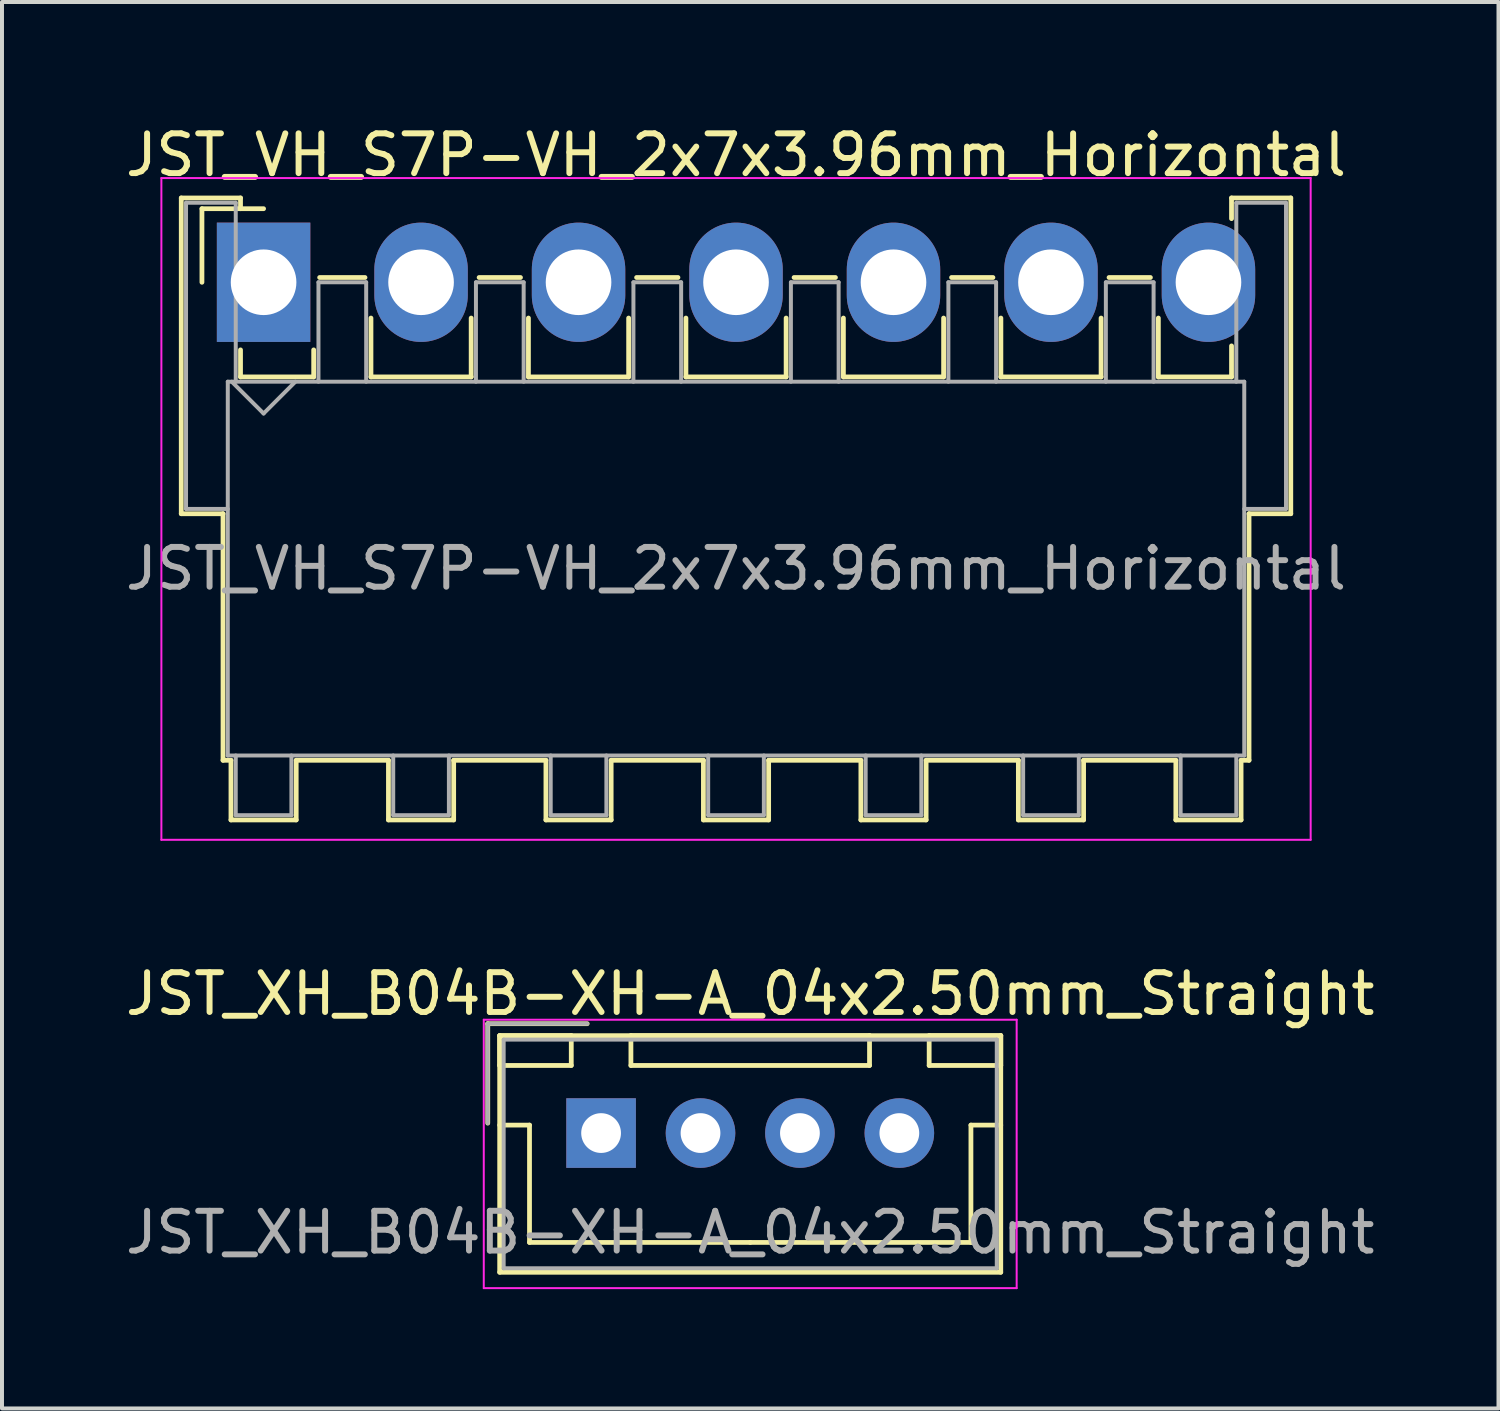
<source format=kicad_pcb>
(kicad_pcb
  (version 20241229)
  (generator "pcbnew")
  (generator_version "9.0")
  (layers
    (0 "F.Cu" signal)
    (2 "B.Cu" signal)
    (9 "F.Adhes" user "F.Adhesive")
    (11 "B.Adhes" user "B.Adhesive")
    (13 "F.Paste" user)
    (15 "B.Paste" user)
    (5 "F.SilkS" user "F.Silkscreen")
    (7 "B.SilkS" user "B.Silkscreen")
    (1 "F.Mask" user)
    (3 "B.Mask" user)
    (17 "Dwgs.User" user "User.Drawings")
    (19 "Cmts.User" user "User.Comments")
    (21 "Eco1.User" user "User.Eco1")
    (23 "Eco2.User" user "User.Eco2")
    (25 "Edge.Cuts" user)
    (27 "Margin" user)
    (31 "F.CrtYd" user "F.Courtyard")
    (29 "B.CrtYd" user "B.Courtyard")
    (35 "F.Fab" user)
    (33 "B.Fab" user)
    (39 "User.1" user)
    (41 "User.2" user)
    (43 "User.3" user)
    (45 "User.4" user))
  (footprint "JST_VH_S7P-VH_2x7x3.96mm_Horizontal"
    (layer "F.Cu")
    (at 3.578 4.048)
    (property "Reference" "JST_VH_S7P-VH_2x7x3.96mm_Horizontal" (at 11.88 -3.2 0) (layer "F.SilkS") (effects (font (size 1 1) (thickness 0.15))))
    (attr through_hole)
    (fp_line (start -2.07 -2.12) (end -0.58 -2.12) (stroke (width 0.12) (type solid)) (layer "F.SilkS"))
    (fp_line (start -2.07 5.82) (end -2.07 -2.12) (stroke (width 0.12) (type solid)) (layer "F.SilkS"))
    (fp_line (start -1.55 -1.85) (end -1.55 0) (stroke (width 0.12) (type solid)) (layer "F.SilkS"))
    (fp_line (start -1.02 5.82) (end -2.07 5.82) (stroke (width 0.12) (type solid)) (layer "F.SilkS"))
    (fp_line (start -1.02 5.82) (end -1.02 12.02) (stroke (width 0.12) (type solid)) (layer "F.SilkS"))
    (fp_line (start -1.02 12.02) (end -0.82 12.02) (stroke (width 0.12) (type solid)) (layer "F.SilkS"))
    (fp_line (start -0.82 12.02) (end -0.82 13.52) (stroke (width 0.12) (type solid)) (layer "F.SilkS"))
    (fp_line (start -0.82 13.52) (end 0.82 13.52) (stroke (width 0.12) (type solid)) (layer "F.SilkS"))
    (fp_line (start -0.58 -2.12) (end -0.58 -1.85) (stroke (width 0.12) (type solid)) (layer "F.SilkS"))
    (fp_line (start -0.58 1.7) (end -0.58 2.38) (stroke (width 0.12) (type solid)) (layer "F.SilkS"))
    (fp_line (start -0.58 2.38) (end 1.26 2.38) (stroke (width 0.12) (type solid)) (layer "F.SilkS"))
    (fp_line (start 0 -1.85) (end -1.55 -1.85) (stroke (width 0.12) (type solid)) (layer "F.SilkS"))
    (fp_line (start 0.82 12.02) (end 3.14 12.02) (stroke (width 0.12) (type solid)) (layer "F.SilkS"))
    (fp_line (start 0.82 13.52) (end 0.82 12.02) (stroke (width 0.12) (type solid)) (layer "F.SilkS"))
    (fp_line (start 1.26 2.38) (end 1.26 1.7) (stroke (width 0.12) (type solid)) (layer "F.SilkS"))
    (fp_line (start 1.41 -0.12) (end 2.55 -0.12) (stroke (width 0.12) (type solid)) (layer "F.SilkS"))
    (fp_line (start 2.7 0.9) (end 2.7 2.38) (stroke (width 0.12) (type solid)) (layer "F.SilkS"))
    (fp_line (start 2.7 2.38) (end 5.22 2.38) (stroke (width 0.12) (type solid)) (layer "F.SilkS"))
    (fp_line (start 3.14 12.02) (end 3.14 13.52) (stroke (width 0.12) (type solid)) (layer "F.SilkS"))
    (fp_line (start 3.14 13.52) (end 4.78 13.52) (stroke (width 0.12) (type solid)) (layer "F.SilkS"))
    (fp_line (start 4.78 12.02) (end 7.1 12.02) (stroke (width 0.12) (type solid)) (layer "F.SilkS"))
    (fp_line (start 4.78 13.52) (end 4.78 12.02) (stroke (width 0.12) (type solid)) (layer "F.SilkS"))
    (fp_line (start 5.22 2.38) (end 5.22 0.9) (stroke (width 0.12) (type solid)) (layer "F.SilkS"))
    (fp_line (start 5.42 -0.12) (end 6.46 -0.12) (stroke (width 0.12) (type solid)) (layer "F.SilkS"))
    (fp_line (start 6.66 0.9) (end 6.66 2.38) (stroke (width 0.12) (type solid)) (layer "F.SilkS"))
    (fp_line (start 6.66 2.38) (end 9.18 2.38) (stroke (width 0.12) (type solid)) (layer "F.SilkS"))
    (fp_line (start 7.1 12.02) (end 7.1 13.52) (stroke (width 0.12) (type solid)) (layer "F.SilkS"))
    (fp_line (start 7.1 13.52) (end 8.74 13.52) (stroke (width 0.12) (type solid)) (layer "F.SilkS"))
    (fp_line (start 8.74 12.02) (end 11.06 12.02) (stroke (width 0.12) (type solid)) (layer "F.SilkS"))
    (fp_line (start 8.74 13.52) (end 8.74 12.02) (stroke (width 0.12) (type solid)) (layer "F.SilkS"))
    (fp_line (start 9.18 2.38) (end 9.18 0.9) (stroke (width 0.12) (type solid)) (layer "F.SilkS"))
    (fp_line (start 9.38 -0.12) (end 10.42 -0.12) (stroke (width 0.12) (type solid)) (layer "F.SilkS"))
    (fp_line (start 10.62 0.9) (end 10.62 2.38) (stroke (width 0.12) (type solid)) (layer "F.SilkS"))
    (fp_line (start 10.62 2.38) (end 13.14 2.38) (stroke (width 0.12) (type solid)) (layer "F.SilkS"))
    (fp_line (start 11.06 12.02) (end 11.06 13.52) (stroke (width 0.12) (type solid)) (layer "F.SilkS"))
    (fp_line (start 11.06 13.52) (end 12.7 13.52) (stroke (width 0.12) (type solid)) (layer "F.SilkS"))
    (fp_line (start 12.7 12.02) (end 15.02 12.02) (stroke (width 0.12) (type solid)) (layer "F.SilkS"))
    (fp_line (start 12.7 13.52) (end 12.7 12.02) (stroke (width 0.12) (type solid)) (layer "F.SilkS"))
    (fp_line (start 13.14 2.38) (end 13.14 0.9) (stroke (width 0.12) (type solid)) (layer "F.SilkS"))
    (fp_line (start 13.34 -0.12) (end 14.38 -0.12) (stroke (width 0.12) (type solid)) (layer "F.SilkS"))
    (fp_line (start 14.58 0.9) (end 14.58 2.38) (stroke (width 0.12) (type solid)) (layer "F.SilkS"))
    (fp_line (start 14.58 2.38) (end 17.1 2.38) (stroke (width 0.12) (type solid)) (layer "F.SilkS"))
    (fp_line (start 15.02 12.02) (end 15.02 13.52) (stroke (width 0.12) (type solid)) (layer "F.SilkS"))
    (fp_line (start 15.02 13.52) (end 16.66 13.52) (stroke (width 0.12) (type solid)) (layer "F.SilkS"))
    (fp_line (start 16.66 12.02) (end 18.98 12.02) (stroke (width 0.12) (type solid)) (layer "F.SilkS"))
    (fp_line (start 16.66 13.52) (end 16.66 12.02) (stroke (width 0.12) (type solid)) (layer "F.SilkS"))
    (fp_line (start 17.1 2.38) (end 17.1 0.9) (stroke (width 0.12) (type solid)) (layer "F.SilkS"))
    (fp_line (start 17.3 -0.12) (end 18.34 -0.12) (stroke (width 0.12) (type solid)) (layer "F.SilkS"))
    (fp_line (start 18.54 0.9) (end 18.54 2.38) (stroke (width 0.12) (type solid)) (layer "F.SilkS"))
    (fp_line (start 18.54 2.38) (end 21.06 2.38) (stroke (width 0.12) (type solid)) (layer "F.SilkS"))
    (fp_line (start 18.98 12.02) (end 18.98 13.52) (stroke (width 0.12) (type solid)) (layer "F.SilkS"))
    (fp_line (start 18.98 13.52) (end 20.62 13.52) (stroke (width 0.12) (type solid)) (layer "F.SilkS"))
    (fp_line (start 20.62 12.02) (end 22.94 12.02) (stroke (width 0.12) (type solid)) (layer "F.SilkS"))
    (fp_line (start 20.62 13.52) (end 20.62 12.02) (stroke (width 0.12) (type solid)) (layer "F.SilkS"))
    (fp_line (start 21.06 2.38) (end 21.06 0.9) (stroke (width 0.12) (type solid)) (layer "F.SilkS"))
    (fp_line (start 21.26 -0.12) (end 22.3 -0.12) (stroke (width 0.12) (type solid)) (layer "F.SilkS"))
    (fp_line (start 22.5 0.9) (end 22.5 2.38) (stroke (width 0.12) (type solid)) (layer "F.SilkS"))
    (fp_line (start 22.5 2.38) (end 24.34 2.38) (stroke (width 0.12) (type solid)) (layer "F.SilkS"))
    (fp_line (start 22.94 12.02) (end 22.94 13.52) (stroke (width 0.12) (type solid)) (layer "F.SilkS"))
    (fp_line (start 22.94 13.52) (end 24.58 13.52) (stroke (width 0.12) (type solid)) (layer "F.SilkS"))
    (fp_line (start 24.34 -2.12) (end 25.83 -2.12) (stroke (width 0.12) (type solid)) (layer "F.SilkS"))
    (fp_line (start 24.34 -1.6) (end 24.34 -2.12) (stroke (width 0.12) (type solid)) (layer "F.SilkS"))
    (fp_line (start 24.34 2.38) (end 24.34 1.6) (stroke (width 0.12) (type solid)) (layer "F.SilkS"))
    (fp_line (start 24.58 12.02) (end 24.78 12.02) (stroke (width 0.12) (type solid)) (layer "F.SilkS"))
    (fp_line (start 24.58 13.52) (end 24.58 12.02) (stroke (width 0.12) (type solid)) (layer "F.SilkS"))
    (fp_line (start 24.78 12.02) (end 24.78 5.82) (stroke (width 0.12) (type solid)) (layer "F.SilkS"))
    (fp_line (start 25.83 -2.12) (end 25.83 5.82) (stroke (width 0.12) (type solid)) (layer "F.SilkS"))
    (fp_line (start 25.83 5.82) (end 24.78 5.82) (stroke (width 0.12) (type solid)) (layer "F.SilkS"))
    (fp_line (start -2.57 -2.62) (end -2.57 14.02) (stroke (width 0.05) (type solid)) (layer "F.CrtYd"))
    (fp_line (start -2.57 14.02) (end 26.33 14.02) (stroke (width 0.05) (type solid)) (layer "F.CrtYd"))
    (fp_line (start 26.33 -2.62) (end -2.57 -2.62) (stroke (width 0.05) (type solid)) (layer "F.CrtYd"))
    (fp_line (start 26.33 14.02) (end 26.33 -2.62) (stroke (width 0.05) (type solid)) (layer "F.CrtYd"))
    (fp_line (start -1.95 -2) (end -0.7 -2) (stroke (width 0.1) (type solid)) (layer "F.Fab"))
    (fp_line (start -1.95 5.7) (end -1.95 -2) (stroke (width 0.1) (type solid)) (layer "F.Fab"))
    (fp_line (start -0.9 2.5) (end -0.9 11.9) (stroke (width 0.1) (type solid)) (layer "F.Fab"))
    (fp_line (start -0.9 5.7) (end -1.95 5.7) (stroke (width 0.1) (type solid)) (layer "F.Fab"))
    (fp_line (start -0.9 11.9) (end 24.66 11.9) (stroke (width 0.1) (type solid)) (layer "F.Fab"))
    (fp_line (start -0.8 2.5) (end 0 3.3) (stroke (width 0.1) (type solid)) (layer "F.Fab"))
    (fp_line (start -0.7 -2) (end -0.7 2.5) (stroke (width 0.1) (type solid)) (layer "F.Fab"))
    (fp_line (start -0.7 11.9) (end -0.7 13.4) (stroke (width 0.1) (type solid)) (layer "F.Fab"))
    (fp_line (start -0.7 13.4) (end 0.7 13.4) (stroke (width 0.1) (type solid)) (layer "F.Fab"))
    (fp_line (start 0 3.3) (end 0.8 2.5) (stroke (width 0.1) (type solid)) (layer "F.Fab"))
    (fp_line (start 0.7 13.4) (end 0.7 11.9) (stroke (width 0.1) (type solid)) (layer "F.Fab"))
    (fp_line (start 1.38 0) (end 2.58 0) (stroke (width 0.1) (type solid)) (layer "F.Fab"))
    (fp_line (start 1.38 2.5) (end 1.38 0) (stroke (width 0.1) (type solid)) (layer "F.Fab"))
    (fp_line (start 2.58 0) (end 2.58 2.5) (stroke (width 0.1) (type solid)) (layer "F.Fab"))
    (fp_line (start 3.26 11.9) (end 3.26 13.4) (stroke (width 0.1) (type solid)) (layer "F.Fab"))
    (fp_line (start 3.26 13.4) (end 4.66 13.4) (stroke (width 0.1) (type solid)) (layer "F.Fab"))
    (fp_line (start 4.66 13.4) (end 4.66 11.9) (stroke (width 0.1) (type solid)) (layer "F.Fab"))
    (fp_line (start 5.34 0) (end 6.54 0) (stroke (width 0.1) (type solid)) (layer "F.Fab"))
    (fp_line (start 5.34 2.5) (end 5.34 0) (stroke (width 0.1) (type solid)) (layer "F.Fab"))
    (fp_line (start 6.54 0) (end 6.54 2.5) (stroke (width 0.1) (type solid)) (layer "F.Fab"))
    (fp_line (start 7.22 11.9) (end 7.22 13.4) (stroke (width 0.1) (type solid)) (layer "F.Fab"))
    (fp_line (start 7.22 13.4) (end 8.62 13.4) (stroke (width 0.1) (type solid)) (layer "F.Fab"))
    (fp_line (start 8.62 13.4) (end 8.62 11.9) (stroke (width 0.1) (type solid)) (layer "F.Fab"))
    (fp_line (start 9.3 0) (end 10.5 0) (stroke (width 0.1) (type solid)) (layer "F.Fab"))
    (fp_line (start 9.3 2.5) (end 9.3 0) (stroke (width 0.1) (type solid)) (layer "F.Fab"))
    (fp_line (start 10.5 0) (end 10.5 2.5) (stroke (width 0.1) (type solid)) (layer "F.Fab"))
    (fp_line (start 11.18 11.9) (end 11.18 13.4) (stroke (width 0.1) (type solid)) (layer "F.Fab"))
    (fp_line (start 11.18 13.4) (end 12.58 13.4) (stroke (width 0.1) (type solid)) (layer "F.Fab"))
    (fp_line (start 12.58 13.4) (end 12.58 11.9) (stroke (width 0.1) (type solid)) (layer "F.Fab"))
    (fp_line (start 13.26 0) (end 14.46 0) (stroke (width 0.1) (type solid)) (layer "F.Fab"))
    (fp_line (start 13.26 2.5) (end 13.26 0) (stroke (width 0.1) (type solid)) (layer "F.Fab"))
    (fp_line (start 14.46 0) (end 14.46 2.5) (stroke (width 0.1) (type solid)) (layer "F.Fab"))
    (fp_line (start 15.14 11.9) (end 15.14 13.4) (stroke (width 0.1) (type solid)) (layer "F.Fab"))
    (fp_line (start 15.14 13.4) (end 16.54 13.4) (stroke (width 0.1) (type solid)) (layer "F.Fab"))
    (fp_line (start 16.54 13.4) (end 16.54 11.9) (stroke (width 0.1) (type solid)) (layer "F.Fab"))
    (fp_line (start 17.22 0) (end 18.42 0) (stroke (width 0.1) (type solid)) (layer "F.Fab"))
    (fp_line (start 17.22 2.5) (end 17.22 0) (stroke (width 0.1) (type solid)) (layer "F.Fab"))
    (fp_line (start 18.42 0) (end 18.42 2.5) (stroke (width 0.1) (type solid)) (layer "F.Fab"))
    (fp_line (start 19.1 11.9) (end 19.1 13.4) (stroke (width 0.1) (type solid)) (layer "F.Fab"))
    (fp_line (start 19.1 13.4) (end 20.5 13.4) (stroke (width 0.1) (type solid)) (layer "F.Fab"))
    (fp_line (start 20.5 13.4) (end 20.5 11.9) (stroke (width 0.1) (type solid)) (layer "F.Fab"))
    (fp_line (start 21.18 0) (end 22.38 0) (stroke (width 0.1) (type solid)) (layer "F.Fab"))
    (fp_line (start 21.18 2.5) (end 21.18 0) (stroke (width 0.1) (type solid)) (layer "F.Fab"))
    (fp_line (start 22.38 0) (end 22.38 2.5) (stroke (width 0.1) (type solid)) (layer "F.Fab"))
    (fp_line (start 23.06 11.9) (end 23.06 13.4) (stroke (width 0.1) (type solid)) (layer "F.Fab"))
    (fp_line (start 23.06 13.4) (end 24.46 13.4) (stroke (width 0.1) (type solid)) (layer "F.Fab"))
    (fp_line (start 24.46 -2) (end 25.71 -2) (stroke (width 0.1) (type solid)) (layer "F.Fab"))
    (fp_line (start 24.46 2.5) (end 24.46 -2) (stroke (width 0.1) (type solid)) (layer "F.Fab"))
    (fp_line (start 24.46 13.4) (end 24.46 11.9) (stroke (width 0.1) (type solid)) (layer "F.Fab"))
    (fp_line (start 24.66 2.5) (end -0.9 2.5) (stroke (width 0.1) (type solid)) (layer "F.Fab"))
    (fp_line (start 24.66 11.9) (end 24.66 2.5) (stroke (width 0.1) (type solid)) (layer "F.Fab"))
    (fp_line (start 25.71 -2) (end 25.71 5.7) (stroke (width 0.1) (type solid)) (layer "F.Fab"))
    (fp_line (start 25.71 5.7) (end 24.66 5.7) (stroke (width 0.1) (type solid)) (layer "F.Fab"))
    (fp_text user "${REFERENCE}" (at 11.88 7.2 0) (layer "F.Fab") (effects (font (size 1 1) (thickness 0.15))))
    (pad "1" thru_hole rect (at 0 0) (size 2.35 3) (drill 1.65) (layers "*.Cu" "*.Mask"))
    (pad "2" thru_hole oval (at 3.96 0) (size 2.35 3) (drill 1.65) (layers "*.Cu" "*.Mask"))
    (pad "3" thru_hole oval (at 7.92 0) (size 2.35 3) (drill 1.65) (layers "*.Cu" "*.Mask"))
    (pad "4" thru_hole oval (at 11.88 0) (size 2.35 3) (drill 1.65) (layers "*.Cu" "*.Mask"))
    (pad "5" thru_hole oval (at 15.84 0) (size 2.35 3) (drill 1.65) (layers "*.Cu" "*.Mask"))
    (pad "6" thru_hole oval (at 19.8 0) (size 2.35 3) (drill 1.65) (layers "*.Cu" "*.Mask"))
    (pad "7" thru_hole oval (at 23.76 0) (size 2.35 3) (drill 1.65) (layers "*.Cu" "*.Mask")))
  (footprint "JST_XH_B04B-XH-A_04x2.50mm_Straight"
    (layer "F.Cu")
    (at 12.065 25.442)
    (property "Reference" "JST_XH_B04B-XH-A_04x2.50mm_Straight" (at 3.75 -3.5 0) (layer "F.SilkS") (effects (font (size 1 1) (thickness 0.15))))
    (attr through_hole)
    (fp_line (start -2.85 -2.75) (end -2.85 -0.25) (stroke (width 0.12) (type solid)) (layer "F.SilkS"))
    (fp_line (start -2.55 -2.45) (end -2.55 -1.7) (stroke (width 0.12) (type solid)) (layer "F.SilkS"))
    (fp_line (start -2.55 -2.45) (end -2.55 3.5) (stroke (width 0.12) (type solid)) (layer "F.SilkS"))
    (fp_line (start -2.55 -1.7) (end -0.75 -1.7) (stroke (width 0.12) (type solid)) (layer "F.SilkS"))
    (fp_line (start -2.55 -0.2) (end -1.8 -0.2) (stroke (width 0.12) (type solid)) (layer "F.SilkS"))
    (fp_line (start -2.55 3.5) (end 10.05 3.5) (stroke (width 0.12) (type solid)) (layer "F.SilkS"))
    (fp_line (start -1.8 -0.2) (end -1.8 2.75) (stroke (width 0.12) (type solid)) (layer "F.SilkS"))
    (fp_line (start -1.8 2.75) (end 3.75 2.75) (stroke (width 0.12) (type solid)) (layer "F.SilkS"))
    (fp_line (start -0.75 -2.45) (end -2.55 -2.45) (stroke (width 0.12) (type solid)) (layer "F.SilkS"))
    (fp_line (start -0.75 -1.7) (end -0.75 -2.45) (stroke (width 0.12) (type solid)) (layer "F.SilkS"))
    (fp_line (start -0.35 -2.75) (end -2.85 -2.75) (stroke (width 0.12) (type solid)) (layer "F.SilkS"))
    (fp_line (start 0.75 -2.45) (end 0.75 -1.7) (stroke (width 0.12) (type solid)) (layer "F.SilkS"))
    (fp_line (start 0.75 -1.7) (end 6.75 -1.7) (stroke (width 0.12) (type solid)) (layer "F.SilkS"))
    (fp_line (start 6.75 -2.45) (end 0.75 -2.45) (stroke (width 0.12) (type solid)) (layer "F.SilkS"))
    (fp_line (start 6.75 -1.7) (end 6.75 -2.45) (stroke (width 0.12) (type solid)) (layer "F.SilkS"))
    (fp_line (start 8.25 -2.45) (end 8.25 -1.7) (stroke (width 0.12) (type solid)) (layer "F.SilkS"))
    (fp_line (start 8.25 -1.7) (end 10.05 -1.7) (stroke (width 0.12) (type solid)) (layer "F.SilkS"))
    (fp_line (start 9.3 -0.2) (end 9.3 2.75) (stroke (width 0.12) (type solid)) (layer "F.SilkS"))
    (fp_line (start 9.3 2.75) (end 3.75 2.75) (stroke (width 0.12) (type solid)) (layer "F.SilkS"))
    (fp_line (start 10.05 -2.45) (end -2.55 -2.45) (stroke (width 0.12) (type solid)) (layer "F.SilkS"))
    (fp_line (start 10.05 -2.45) (end 8.25 -2.45) (stroke (width 0.12) (type solid)) (layer "F.SilkS"))
    (fp_line (start 10.05 -1.7) (end 10.05 -2.45) (stroke (width 0.12) (type solid)) (layer "F.SilkS"))
    (fp_line (start 10.05 -0.2) (end 9.3 -0.2) (stroke (width 0.12) (type solid)) (layer "F.SilkS"))
    (fp_line (start 10.05 3.5) (end 10.05 -2.45) (stroke (width 0.12) (type solid)) (layer "F.SilkS"))
    (fp_line (start -2.95 -2.85) (end -2.95 3.9) (stroke (width 0.05) (type solid)) (layer "F.CrtYd"))
    (fp_line (start -2.95 3.9) (end 10.45 3.9) (stroke (width 0.05) (type solid)) (layer "F.CrtYd"))
    (fp_line (start 10.45 -2.85) (end -2.95 -2.85) (stroke (width 0.05) (type solid)) (layer "F.CrtYd"))
    (fp_line (start 10.45 3.9) (end 10.45 -2.85) (stroke (width 0.05) (type solid)) (layer "F.CrtYd"))
    (fp_line (start -2.85 -2.75) (end -2.85 -0.25) (stroke (width 0.1) (type solid)) (layer "F.Fab"))
    (fp_line (start -2.45 -2.35) (end -2.45 3.4) (stroke (width 0.1) (type solid)) (layer "F.Fab"))
    (fp_line (start -2.45 3.4) (end 9.95 3.4) (stroke (width 0.1) (type solid)) (layer "F.Fab"))
    (fp_line (start -0.35 -2.75) (end -2.85 -2.75) (stroke (width 0.1) (type solid)) (layer "F.Fab"))
    (fp_line (start 9.95 -2.35) (end -2.45 -2.35) (stroke (width 0.1) (type solid)) (layer "F.Fab"))
    (fp_line (start 9.95 3.4) (end 9.95 -2.35) (stroke (width 0.1) (type solid)) (layer "F.Fab"))
    (fp_text user "${REFERENCE}" (at 3.75 2.5 0) (layer "F.Fab") (effects (font (size 1 1) (thickness 0.15))))
    (pad "1" thru_hole rect (at 0 0) (size 1.75 1.75) (drill 1) (layers "*.Cu" "*.Mask"))
    (pad "2" thru_hole circle (at 2.5 0) (size 1.75 1.75) (drill 1) (layers "*.Cu" "*.Mask"))
    (pad "3" thru_hole circle (at 5 0) (size 1.75 1.75) (drill 1) (layers "*.Cu" "*.Mask"))
    (pad "4" thru_hole circle (at 7.5 0) (size 1.75 1.75) (drill 1) (layers "*.Cu" "*.Mask")))
  (gr_rect
    (start -3 -3)
    (end 34.631 32.367)
    (stroke (width 0.1) (type default))
    (fill no)
    (layer "Edge.Cuts")))
</source>
